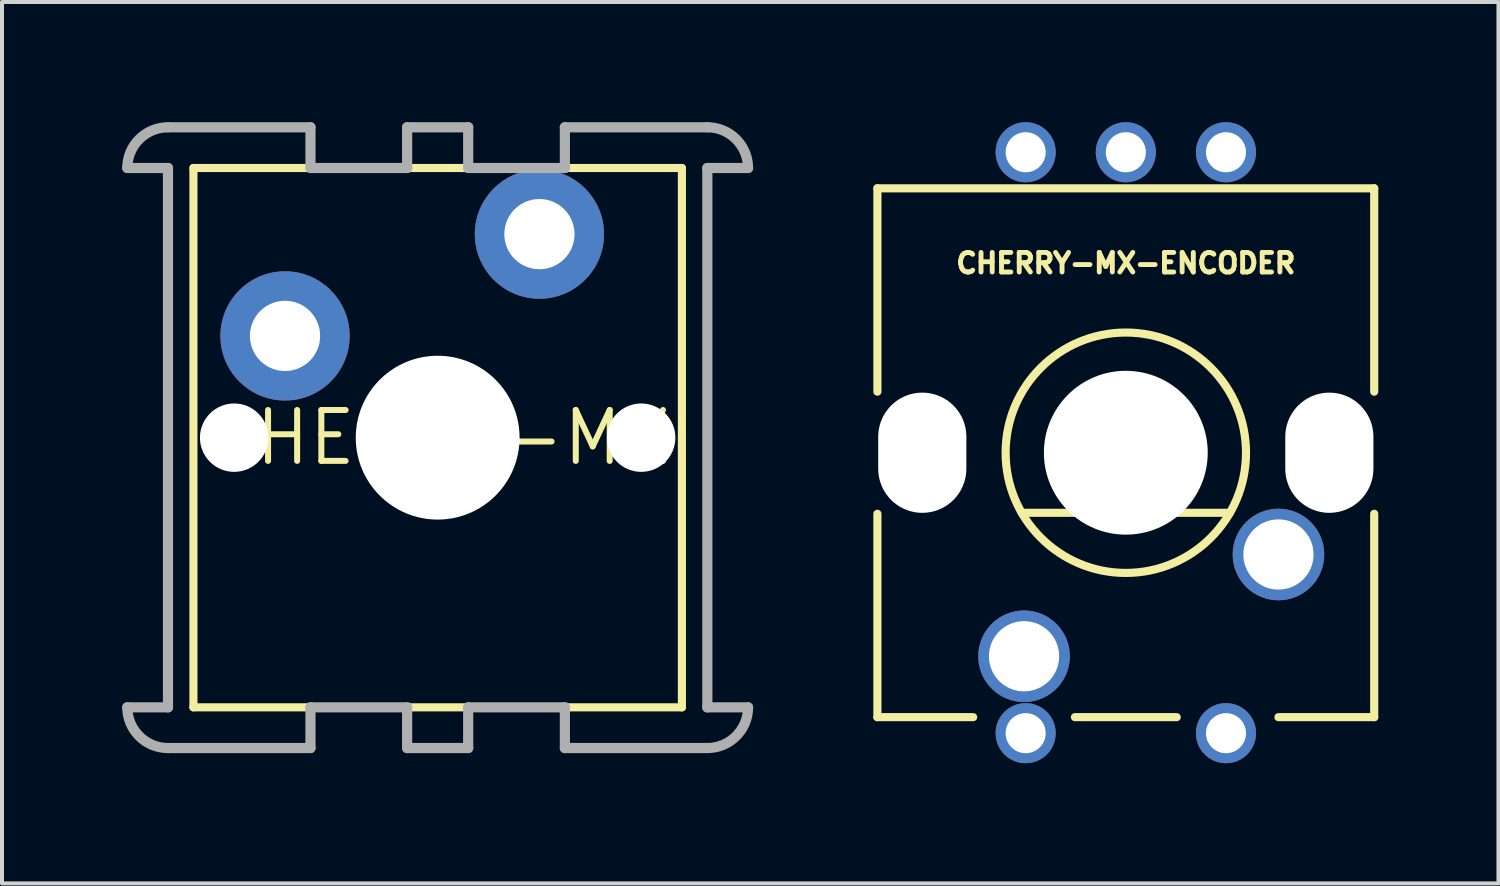
<source format=kicad_pcb>
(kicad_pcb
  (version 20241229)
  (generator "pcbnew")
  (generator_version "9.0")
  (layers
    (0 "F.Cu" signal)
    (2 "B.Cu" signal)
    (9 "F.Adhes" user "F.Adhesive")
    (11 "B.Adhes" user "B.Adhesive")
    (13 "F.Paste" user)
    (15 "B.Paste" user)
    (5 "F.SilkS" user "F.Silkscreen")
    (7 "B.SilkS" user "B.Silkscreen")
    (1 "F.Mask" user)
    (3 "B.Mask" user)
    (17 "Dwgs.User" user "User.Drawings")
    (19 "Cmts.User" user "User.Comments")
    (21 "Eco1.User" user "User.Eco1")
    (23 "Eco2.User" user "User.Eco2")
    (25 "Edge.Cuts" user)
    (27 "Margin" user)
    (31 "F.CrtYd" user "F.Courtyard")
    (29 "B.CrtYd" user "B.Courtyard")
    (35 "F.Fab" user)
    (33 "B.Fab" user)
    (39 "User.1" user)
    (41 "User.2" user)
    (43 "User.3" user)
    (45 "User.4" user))
  (footprint "CHERRY-MX"
    (layer "F.Cu")
    (at 7.874 7.874)
    (property "Reference" "CHERRY-MX" (at 0 0 0) (layer "F.SilkS") (effects (font (size 1.27 1.27) (thickness 0.15))))
    (fp_line (start -6.096 -6.731) (end 6.096 -6.731) (stroke (width 0.203) (type solid)) (layer "F.SilkS"))
    (fp_line (start -6.096 6.731) (end -6.096 -6.731) (stroke (width 0.203) (type solid)) (layer "F.SilkS"))
    (fp_line (start 6.096 -6.731) (end 6.096 6.731) (stroke (width 0.203) (type solid)) (layer "F.SilkS"))
    (fp_line (start 6.096 6.731) (end -6.096 6.731) (stroke (width 0.203) (type solid)) (layer "F.SilkS"))
    (fp_line (start -6.731 -7.747) (end -3.175 -7.747) (stroke (width 0.254) (type solid)) (layer "F.Fab"))
    (fp_line (start -6.731 -6.731) (end -7.747 -6.731) (stroke (width 0.254) (type solid)) (layer "F.Fab"))
    (fp_line (start -6.731 6.731) (end -7.747 6.731) (stroke (width 0.254) (type solid)) (layer "F.Fab"))
    (fp_line (start -6.731 6.731) (end -6.731 -6.731) (stroke (width 0.254) (type solid)) (layer "F.Fab"))
    (fp_line (start -6.731 7.747) (end -3.175 7.747) (stroke (width 0.254) (type solid)) (layer "F.Fab"))
    (fp_line (start -3.175 -7.747) (end -3.175 -6.731) (stroke (width 0.254) (type solid)) (layer "F.Fab"))
    (fp_line (start -3.175 -6.731) (end -0.762 -6.731) (stroke (width 0.254) (type solid)) (layer "F.Fab"))
    (fp_line (start -3.175 7.747) (end -3.175 6.731) (stroke (width 0.254) (type solid)) (layer "F.Fab"))
    (fp_line (start -0.762 -7.747) (end 0.762 -7.747) (stroke (width 0.254) (type solid)) (layer "F.Fab"))
    (fp_line (start -0.762 -6.731) (end -0.762 -7.747) (stroke (width 0.254) (type solid)) (layer "F.Fab"))
    (fp_line (start -0.762 6.731) (end -3.175 6.731) (stroke (width 0.254) (type solid)) (layer "F.Fab"))
    (fp_line (start -0.762 7.747) (end -0.762 6.731) (stroke (width 0.254) (type solid)) (layer "F.Fab"))
    (fp_line (start 0.762 -7.747) (end 0.762 -6.731) (stroke (width 0.254) (type solid)) (layer "F.Fab"))
    (fp_line (start 0.762 -6.731) (end 3.175 -6.731) (stroke (width 0.254) (type solid)) (layer "F.Fab"))
    (fp_line (start 0.762 6.731) (end 0.762 7.747) (stroke (width 0.254) (type solid)) (layer "F.Fab"))
    (fp_line (start 0.762 7.747) (end -0.762 7.747) (stroke (width 0.254) (type solid)) (layer "F.Fab"))
    (fp_line (start 3.175 -7.747) (end 3.175 -6.731) (stroke (width 0.254) (type solid)) (layer "F.Fab"))
    (fp_line (start 3.175 6.731) (end 0.762 6.731) (stroke (width 0.254) (type solid)) (layer "F.Fab"))
    (fp_line (start 3.175 7.747) (end 3.175 6.731) (stroke (width 0.254) (type solid)) (layer "F.Fab"))
    (fp_line (start 6.731 -7.747) (end 3.175 -7.747) (stroke (width 0.254) (type solid)) (layer "F.Fab"))
    (fp_line (start 6.731 -6.731) (end 6.731 6.731) (stroke (width 0.254) (type solid)) (layer "F.Fab"))
    (fp_line (start 6.731 -6.731) (end 7.747 -6.731) (stroke (width 0.254) (type solid)) (layer "F.Fab"))
    (fp_line (start 6.731 6.731) (end 7.747 6.731) (stroke (width 0.254) (type solid)) (layer "F.Fab"))
    (fp_line (start 6.731 7.747) (end 3.175 7.747) (stroke (width 0.254) (type solid)) (layer "F.Fab"))
    (fp_arc (start -7.747 -6.731) (mid -7.44942 -7.44942) (end -6.731 -7.747) (stroke (width 0.254) (type solid)) (layer "F.Fab"))
    (fp_arc (start -6.731 7.747) (mid -7.44942 7.44942) (end -7.747 6.731) (stroke (width 0.254) (type solid)) (layer "F.Fab"))
    (fp_arc (start 6.731 -7.747) (mid 7.44942 -7.44942) (end 7.747 -6.731) (stroke (width 0.254) (type solid)) (layer "F.Fab"))
    (fp_arc (start 7.747 6.731) (mid 7.44942 7.44942) (end 6.731 7.747) (stroke (width 0.254) (type solid)) (layer "F.Fab"))
    (pad "" np_thru_hole circle (at -5.08 0) (size 1.707 1.707) (drill 1.707) (layers "*.Cu" "*.Mask"))
    (pad "" np_thru_hole circle (at 0 0) (size 4.089 4.089) (drill 4.089) (layers "*.Cu" "*.Mask"))
    (pad "" np_thru_hole circle (at 5.08 0) (size 1.707 1.707) (drill 1.707) (layers "*.Cu" "*.Mask"))
    (pad "S1" thru_hole circle (at -3.81 -2.54) (size 3.226 3.226) (drill 1.753) (layers "*.Cu" "*.Mask"))
    (pad "S2" thru_hole circle (at 2.54 -5.08) (size 3.226 3.226) (drill 1.753) (layers "*.Cu" "*.Mask")))
  (footprint "CHERRY-MX-ENCODER"
    (layer "F.Cu")
    (at 25.05 8.25)
    (property "Reference" "CHERRY-MX-ENCODER" (at 0 -4.445 0) (layer "F.SilkS") (effects (font (size 0.488 0.488) (thickness 0.122)) (justify bottom)))
    (fp_line (start -6.2 -6.6) (end -6.2 -1.524) (stroke (width 0.203) (type solid)) (layer "F.SilkS"))
    (fp_line (start -6.2 1.524) (end -6.2 6.6) (stroke (width 0.203) (type solid)) (layer "F.SilkS"))
    (fp_line (start -6.2 6.6) (end -3.81 6.6) (stroke (width 0.203) (type solid)) (layer "F.SilkS"))
    (fp_line (start -1.27 6.6) (end 1.27 6.6) (stroke (width 0.203) (type solid)) (layer "F.SilkS"))
    (fp_line (start 2.6 1.5) (end -2.6 1.5) (stroke (width 0.203) (type solid)) (layer "F.SilkS"))
    (fp_line (start 3.81 6.6) (end 6.2 6.6) (stroke (width 0.203) (type solid)) (layer "F.SilkS"))
    (fp_line (start 6.2 -6.6) (end -6.2 -6.6) (stroke (width 0.203) (type solid)) (layer "F.SilkS"))
    (fp_line (start 6.2 -6.6) (end 6.2 -1.524) (stroke (width 0.203) (type solid)) (layer "F.SilkS"))
    (fp_line (start 6.2 1.524) (end 6.2 6.6) (stroke (width 0.203) (type solid)) (layer "F.SilkS"))
    (fp_circle (center 0 0) (end 3 0) (stroke (width 0.203) (type solid)) (fill no) (layer "F.SilkS"))
    (pad "" np_thru_hole oval (at -5.08 0) (size 2.2 3) (drill oval 2.2 3) (layers "*.Cu" "*.Mask"))
    (pad "" np_thru_hole circle (at 0 0) (size 4.089 4.089) (drill 4.089) (layers "*.Cu" "*.Mask"))
    (pad "" np_thru_hole oval (at 5.08 0) (size 2.2 3) (drill oval 2.2 3) (layers "*.Cu" "*.Mask"))
    (pad "A" thru_hole circle (at 2.5 -7.5 180) (size 1.5 1.5) (drill 1) (layers "*.Cu" "*.Mask"))
    (pad "B" thru_hole circle (at -2.5 -7.5 180) (size 1.5 1.5) (drill 1) (layers "*.Cu" "*.Mask"))
    (pad "C" thru_hole circle (at 0 -7.5 180) (size 1.5 1.5) (drill 1) (layers "*.Cu" "*.Mask"))
    (pad "D" thru_hole circle (at 2.5 7 180) (size 1.5 1.5) (drill 1) (layers "*.Cu" "*.Mask"))
    (pad "E" thru_hole circle (at -2.5 7 180) (size 1.5 1.5) (drill 1) (layers "*.Cu" "*.Mask"))
    (pad "S1" thru_hole circle (at 3.81 2.54 180) (size 2.286 2.286) (drill 1.753) (layers "*.Cu" "*.Mask"))
    (pad "S2" thru_hole circle (at -2.54 5.08 180) (size 2.286 2.286) (drill 1.753) (layers "*.Cu" "*.Mask"))
    (zone (net_name "") (layer "F.Cu") (hatch edge 0.508) (connect_pads) (min_thickness 0.254) (filled_areas_thickness no) (keepout (tracks not_allowed) (vias not_allowed) (pads not_allowed) (copperpour not_allowed) (footprints allowed)) (placement (enabled no)) (fill) (polygon (pts (xy 21.049 8.25) (xy 21.033 8.063) (xy 20.984 7.881) (xy 20.904 7.71) (xy 20.797 7.556) (xy 20.663 7.423) (xy 20.509 7.315) (xy 20.339 7.236) (xy 20.157 7.187) (xy 19.97 7.17) (xy 19.782 7.187) (xy 19.6 7.236) (xy 19.43 7.315) (xy 19.276 7.423) (xy 19.143 7.556) (xy 19.035 7.71) (xy 18.955 7.881) (xy 18.907 8.063) (xy 18.89 8.25) (xy 18.907 8.437) (xy 18.955 8.619) (xy 19.035 8.79) (xy 19.143 8.944) (xy 19.276 9.077) (xy 19.43 9.185) (xy 19.6 9.264) (xy 19.782 9.313) (xy 19.97 9.329) (xy 20.157 9.313) (xy 20.339 9.264) (xy 20.509 9.185) (xy 20.663 9.077) (xy 20.797 8.944) (xy 20.904 8.79) (xy 20.984 8.619) (xy 21.033 8.437))) (polygon (pts (xy 20.922 8.25) (xy 20.908 8.085) (xy 20.865 7.924) (xy 20.794 7.774) (xy 20.699 7.638) (xy 20.582 7.52) (xy 20.446 7.425) (xy 20.295 7.355) (xy 20.135 7.312) (xy 19.97 7.298) (xy 19.804 7.312) (xy 19.644 7.355) (xy 19.493 7.425) (xy 19.357 7.52) (xy 19.24 7.638) (xy 19.145 7.774) (xy 19.075 7.924) (xy 19.032 8.085) (xy 19.017 8.25) (xy 19.032 8.415) (xy 19.075 8.576) (xy 19.145 8.726) (xy 19.24 8.862) (xy 19.357 8.98) (xy 19.493 9.075) (xy 19.644 9.145) (xy 19.804 9.188) (xy 19.97 9.203) (xy 20.135 9.188) (xy 20.295 9.145) (xy 20.446 9.075) (xy 20.582 8.98) (xy 20.699 8.862) (xy 20.794 8.726) (xy 20.865 8.576) (xy 20.908 8.415))))
    (zone (net_name "") (layer "F.Cu") (hatch edge 0.508) (connect_pads) (min_thickness 0.254) (filled_areas_thickness no) (keepout (tracks not_allowed) (vias not_allowed) (pads not_allowed) (copperpour not_allowed) (footprints allowed)) (placement (enabled no)) (fill) (polygon (pts (xy 31.209 8.25) (xy 31.193 8.063) (xy 31.144 7.881) (xy 31.064 7.71) (xy 30.957 7.556) (xy 30.823 7.423) (xy 30.669 7.315) (xy 30.499 7.236) (xy 30.317 7.187) (xy 30.13 7.17) (xy 29.942 7.187) (xy 29.76 7.236) (xy 29.59 7.315) (xy 29.436 7.423) (xy 29.303 7.556) (xy 29.195 7.71) (xy 29.115 7.881) (xy 29.067 8.063) (xy 29.05 8.25) (xy 29.067 8.437) (xy 29.115 8.619) (xy 29.195 8.79) (xy 29.303 8.944) (xy 29.436 9.077) (xy 29.59 9.185) (xy 29.76 9.264) (xy 29.942 9.313) (xy 30.13 9.329) (xy 30.317 9.313) (xy 30.499 9.264) (xy 30.669 9.185) (xy 30.823 9.077) (xy 30.957 8.944) (xy 31.064 8.79) (xy 31.144 8.619) (xy 31.193 8.437))) (polygon (pts (xy 31.082 8.25) (xy 31.068 8.085) (xy 31.025 7.924) (xy 30.954 7.774) (xy 30.859 7.638) (xy 30.742 7.52) (xy 30.606 7.425) (xy 30.455 7.355) (xy 30.295 7.312) (xy 30.13 7.298) (xy 29.964 7.312) (xy 29.804 7.355) (xy 29.653 7.425) (xy 29.517 7.52) (xy 29.4 7.638) (xy 29.305 7.774) (xy 29.235 7.924) (xy 29.192 8.085) (xy 29.177 8.25) (xy 29.192 8.415) (xy 29.235 8.576) (xy 29.305 8.726) (xy 29.4 8.862) (xy 29.517 8.98) (xy 29.653 9.075) (xy 29.804 9.145) (xy 29.964 9.188) (xy 30.13 9.203) (xy 30.295 9.188) (xy 30.455 9.145) (xy 30.606 9.075) (xy 30.742 8.98) (xy 30.859 8.862) (xy 30.954 8.726) (xy 31.025 8.576) (xy 31.068 8.415))))
    (zone (net_name "") (layer "B.Cu") (hatch edge 0.508) (connect_pads) (min_thickness 0.254) (filled_areas_thickness no) (keepout (tracks not_allowed) (vias not_allowed) (pads not_allowed) (copperpour not_allowed) (footprints allowed)) (placement (enabled no)) (fill) (polygon (pts (xy 21.049 8.25) (xy 21.033 8.063) (xy 20.984 7.881) (xy 20.904 7.71) (xy 20.797 7.556) (xy 20.663 7.423) (xy 20.509 7.315) (xy 20.339 7.236) (xy 20.157 7.187) (xy 19.97 7.17) (xy 19.782 7.187) (xy 19.6 7.236) (xy 19.43 7.315) (xy 19.276 7.423) (xy 19.143 7.556) (xy 19.035 7.71) (xy 18.955 7.881) (xy 18.907 8.063) (xy 18.89 8.25) (xy 18.907 8.437) (xy 18.955 8.619) (xy 19.035 8.79) (xy 19.143 8.944) (xy 19.276 9.077) (xy 19.43 9.185) (xy 19.6 9.264) (xy 19.782 9.313) (xy 19.97 9.329) (xy 20.157 9.313) (xy 20.339 9.264) (xy 20.509 9.185) (xy 20.663 9.077) (xy 20.797 8.944) (xy 20.904 8.79) (xy 20.984 8.619) (xy 21.033 8.437))) (polygon (pts (xy 20.922 8.25) (xy 20.908 8.085) (xy 20.865 7.924) (xy 20.794 7.774) (xy 20.699 7.638) (xy 20.582 7.52) (xy 20.446 7.425) (xy 20.295 7.355) (xy 20.135 7.312) (xy 19.97 7.298) (xy 19.804 7.312) (xy 19.644 7.355) (xy 19.493 7.425) (xy 19.357 7.52) (xy 19.24 7.638) (xy 19.145 7.774) (xy 19.075 7.924) (xy 19.032 8.085) (xy 19.017 8.25) (xy 19.032 8.415) (xy 19.075 8.576) (xy 19.145 8.726) (xy 19.24 8.862) (xy 19.357 8.98) (xy 19.493 9.075) (xy 19.644 9.145) (xy 19.804 9.188) (xy 19.97 9.203) (xy 20.135 9.188) (xy 20.295 9.145) (xy 20.446 9.075) (xy 20.582 8.98) (xy 20.699 8.862) (xy 20.794 8.726) (xy 20.865 8.576) (xy 20.908 8.415))))
    (zone (net_name "") (layer "B.Cu") (hatch edge 0.508) (connect_pads) (min_thickness 0.254) (filled_areas_thickness no) (keepout (tracks not_allowed) (vias not_allowed) (pads not_allowed) (copperpour not_allowed) (footprints allowed)) (placement (enabled no)) (fill) (polygon (pts (xy 31.209 8.25) (xy 31.193 8.063) (xy 31.144 7.881) (xy 31.064 7.71) (xy 30.957 7.556) (xy 30.823 7.423) (xy 30.669 7.315) (xy 30.499 7.236) (xy 30.317 7.187) (xy 30.13 7.17) (xy 29.942 7.187) (xy 29.76 7.236) (xy 29.59 7.315) (xy 29.436 7.423) (xy 29.303 7.556) (xy 29.195 7.71) (xy 29.115 7.881) (xy 29.067 8.063) (xy 29.05 8.25) (xy 29.067 8.437) (xy 29.115 8.619) (xy 29.195 8.79) (xy 29.303 8.944) (xy 29.436 9.077) (xy 29.59 9.185) (xy 29.76 9.264) (xy 29.942 9.313) (xy 30.13 9.329) (xy 30.317 9.313) (xy 30.499 9.264) (xy 30.669 9.185) (xy 30.823 9.077) (xy 30.957 8.944) (xy 31.064 8.79) (xy 31.144 8.619) (xy 31.193 8.437))) (polygon (pts (xy 31.082 8.25) (xy 31.068 8.085) (xy 31.025 7.924) (xy 30.954 7.774) (xy 30.859 7.638) (xy 30.742 7.52) (xy 30.606 7.425) (xy 30.455 7.355) (xy 30.295 7.312) (xy 30.13 7.298) (xy 29.964 7.312) (xy 29.804 7.355) (xy 29.653 7.425) (xy 29.517 7.52) (xy 29.4 7.638) (xy 29.305 7.774) (xy 29.235 7.924) (xy 29.192 8.085) (xy 29.177 8.25) (xy 29.192 8.415) (xy 29.235 8.576) (xy 29.305 8.726) (xy 29.4 8.862) (xy 29.517 8.98) (xy 29.653 9.075) (xy 29.804 9.145) (xy 29.964 9.188) (xy 30.13 9.203) (xy 30.295 9.188) (xy 30.455 9.145) (xy 30.606 9.075) (xy 30.742 8.98) (xy 30.859 8.862) (xy 30.954 8.726) (xy 31.025 8.576) (xy 31.068 8.415)))))
  (gr_rect
    (start -3 -3)
    (end 34.351 19)
    (stroke (width 0.1) (type default))
    (fill no)
    (layer "Edge.Cuts")))
</source>
